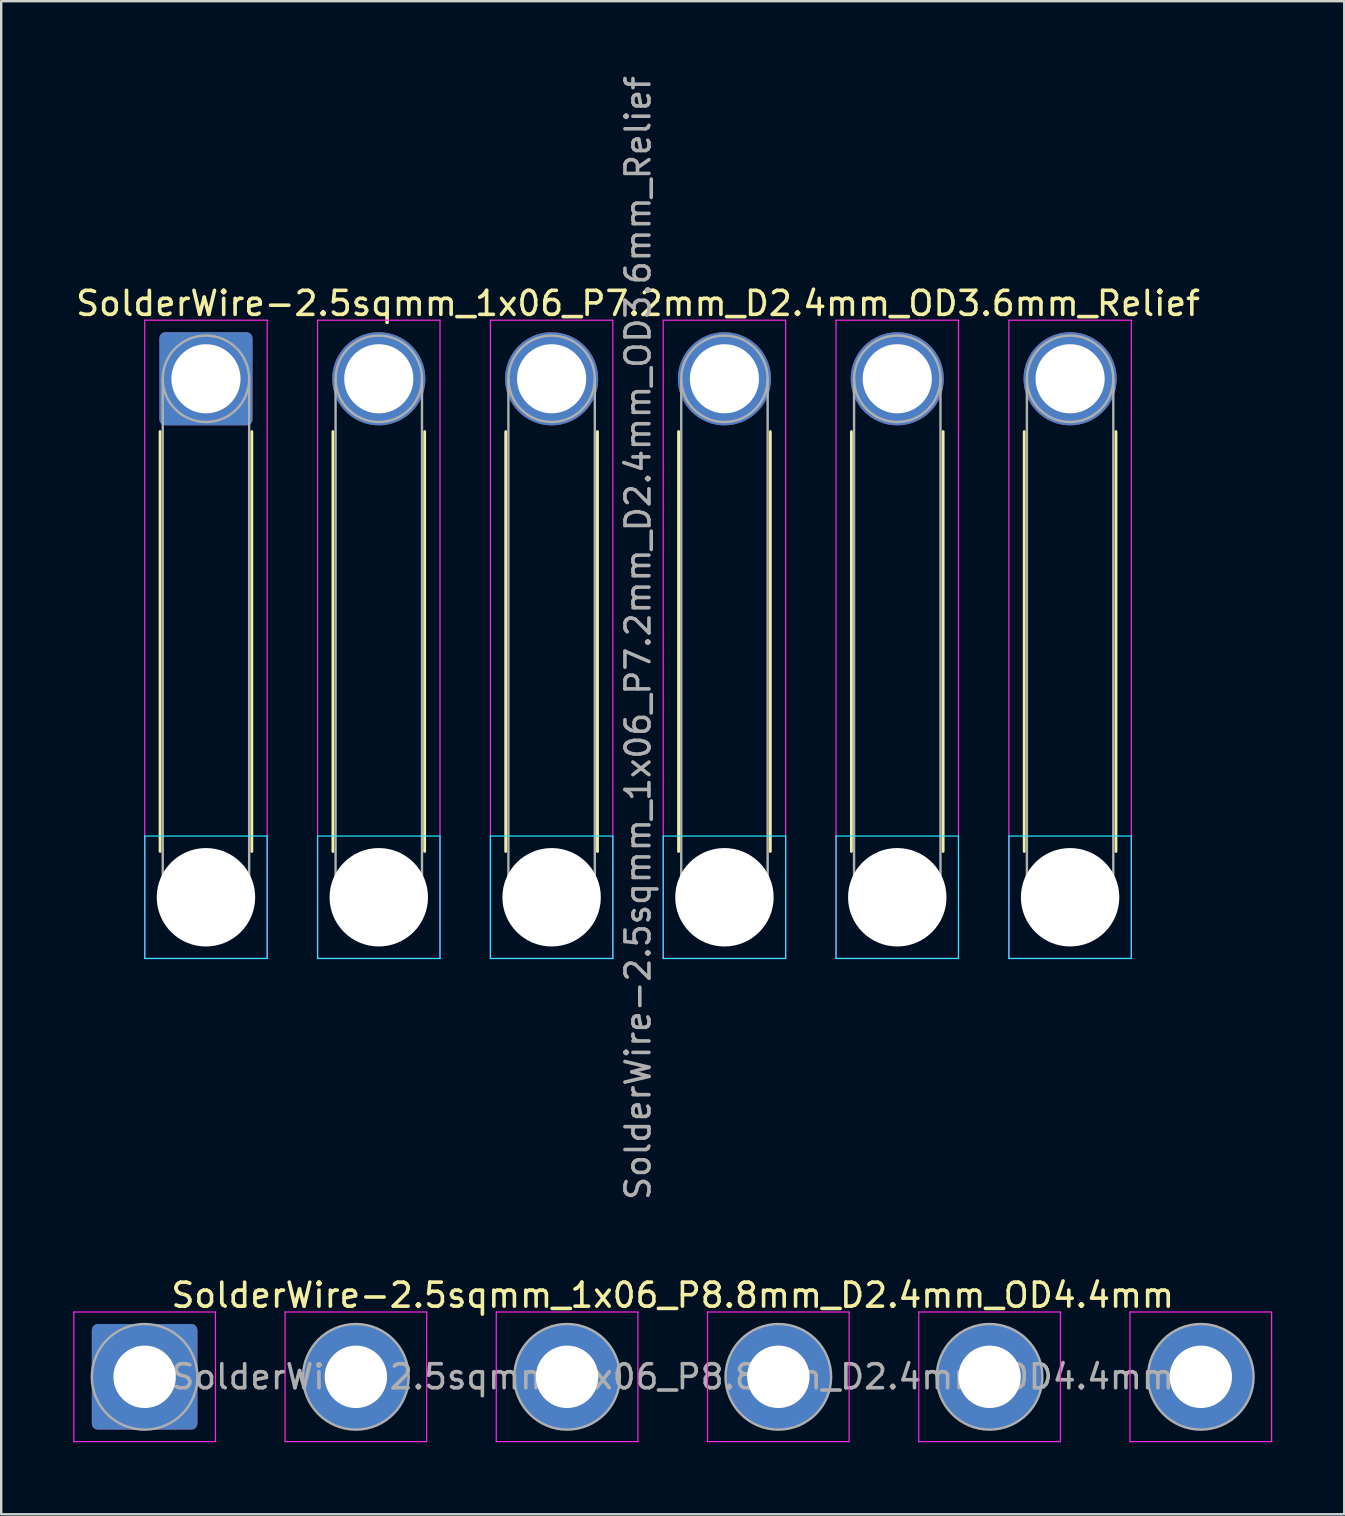
<source format=kicad_pcb>
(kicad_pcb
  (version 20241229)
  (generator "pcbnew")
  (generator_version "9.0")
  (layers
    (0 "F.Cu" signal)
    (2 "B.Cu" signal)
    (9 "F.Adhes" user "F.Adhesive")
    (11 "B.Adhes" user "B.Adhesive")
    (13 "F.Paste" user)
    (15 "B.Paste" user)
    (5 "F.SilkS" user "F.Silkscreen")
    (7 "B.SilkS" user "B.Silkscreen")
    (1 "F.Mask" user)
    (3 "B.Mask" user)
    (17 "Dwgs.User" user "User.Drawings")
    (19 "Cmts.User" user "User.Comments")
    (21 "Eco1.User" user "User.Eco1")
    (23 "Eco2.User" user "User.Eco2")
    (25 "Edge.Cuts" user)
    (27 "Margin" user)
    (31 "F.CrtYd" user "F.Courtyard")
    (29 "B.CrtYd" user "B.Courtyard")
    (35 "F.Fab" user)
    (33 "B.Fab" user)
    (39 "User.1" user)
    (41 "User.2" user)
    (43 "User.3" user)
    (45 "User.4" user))
  (footprint "SolderWire-2.5sqmm_1x06_P7.2mm_D2.4mm_OD3.6mm_Relief"
    (layer "F.Cu")
    (at 5.53 12.73)
    (property "Reference" "SolderWire-2.5sqmm_1x06_P7.2mm_D2.4mm_OD3.6mm_Relief" (at 18 -3.14 0) (layer "F.SilkS") (effects (font (size 1 1) (thickness 0.15))))
    (attr exclude_from_pos_files exclude_from_bom)
    (fp_line (start -1.91 2.2) (end -1.91 19.69) (stroke (width 0.12) (type solid)) (layer "F.SilkS"))
    (fp_line (start 1.91 2.2) (end 1.91 19.69) (stroke (width 0.12) (type solid)) (layer "F.SilkS"))
    (fp_line (start 5.29 2.2) (end 5.29 19.69) (stroke (width 0.12) (type solid)) (layer "F.SilkS"))
    (fp_line (start 9.11 2.2) (end 9.11 19.69) (stroke (width 0.12) (type solid)) (layer "F.SilkS"))
    (fp_line (start 12.49 2.2) (end 12.49 19.69) (stroke (width 0.12) (type solid)) (layer "F.SilkS"))
    (fp_line (start 16.31 2.2) (end 16.31 19.69) (stroke (width 0.12) (type solid)) (layer "F.SilkS"))
    (fp_line (start 19.69 2.2) (end 19.69 19.69) (stroke (width 0.12) (type solid)) (layer "F.SilkS"))
    (fp_line (start 23.51 2.2) (end 23.51 19.69) (stroke (width 0.12) (type solid)) (layer "F.SilkS"))
    (fp_line (start 26.89 2.2) (end 26.89 19.69) (stroke (width 0.12) (type solid)) (layer "F.SilkS"))
    (fp_line (start 30.71 2.2) (end 30.71 19.69) (stroke (width 0.12) (type solid)) (layer "F.SilkS"))
    (fp_line (start 34.09 2.2) (end 34.09 19.69) (stroke (width 0.12) (type solid)) (layer "F.SilkS"))
    (fp_line (start 37.91 2.2) (end 37.91 19.69) (stroke (width 0.12) (type solid)) (layer "F.SilkS"))
    (fp_line (start -2.55 19.05) (end -2.55 24.15) (stroke (width 0.05) (type solid)) (layer "B.CrtYd"))
    (fp_line (start -2.55 24.15) (end 2.55 24.15) (stroke (width 0.05) (type solid)) (layer "B.CrtYd"))
    (fp_line (start 2.55 19.05) (end -2.55 19.05) (stroke (width 0.05) (type solid)) (layer "B.CrtYd"))
    (fp_line (start 2.55 24.15) (end 2.55 19.05) (stroke (width 0.05) (type solid)) (layer "B.CrtYd"))
    (fp_line (start 4.65 19.05) (end 4.65 24.15) (stroke (width 0.05) (type solid)) (layer "B.CrtYd"))
    (fp_line (start 4.65 24.15) (end 9.75 24.15) (stroke (width 0.05) (type solid)) (layer "B.CrtYd"))
    (fp_line (start 9.75 19.05) (end 4.65 19.05) (stroke (width 0.05) (type solid)) (layer "B.CrtYd"))
    (fp_line (start 9.75 24.15) (end 9.75 19.05) (stroke (width 0.05) (type solid)) (layer "B.CrtYd"))
    (fp_line (start 11.85 19.05) (end 11.85 24.15) (stroke (width 0.05) (type solid)) (layer "B.CrtYd"))
    (fp_line (start 11.85 24.15) (end 16.95 24.15) (stroke (width 0.05) (type solid)) (layer "B.CrtYd"))
    (fp_line (start 16.95 19.05) (end 11.85 19.05) (stroke (width 0.05) (type solid)) (layer "B.CrtYd"))
    (fp_line (start 16.95 24.15) (end 16.95 19.05) (stroke (width 0.05) (type solid)) (layer "B.CrtYd"))
    (fp_line (start 19.05 19.05) (end 19.05 24.15) (stroke (width 0.05) (type solid)) (layer "B.CrtYd"))
    (fp_line (start 19.05 24.15) (end 24.15 24.15) (stroke (width 0.05) (type solid)) (layer "B.CrtYd"))
    (fp_line (start 24.15 19.05) (end 19.05 19.05) (stroke (width 0.05) (type solid)) (layer "B.CrtYd"))
    (fp_line (start 24.15 24.15) (end 24.15 19.05) (stroke (width 0.05) (type solid)) (layer "B.CrtYd"))
    (fp_line (start 26.25 19.05) (end 26.25 24.15) (stroke (width 0.05) (type solid)) (layer "B.CrtYd"))
    (fp_line (start 26.25 24.15) (end 31.35 24.15) (stroke (width 0.05) (type solid)) (layer "B.CrtYd"))
    (fp_line (start 31.35 19.05) (end 26.25 19.05) (stroke (width 0.05) (type solid)) (layer "B.CrtYd"))
    (fp_line (start 31.35 24.15) (end 31.35 19.05) (stroke (width 0.05) (type solid)) (layer "B.CrtYd"))
    (fp_line (start 33.45 19.05) (end 33.45 24.15) (stroke (width 0.05) (type solid)) (layer "B.CrtYd"))
    (fp_line (start 33.45 24.15) (end 38.55 24.15) (stroke (width 0.05) (type solid)) (layer "B.CrtYd"))
    (fp_line (start 38.55 19.05) (end 33.45 19.05) (stroke (width 0.05) (type solid)) (layer "B.CrtYd"))
    (fp_line (start 38.55 24.15) (end 38.55 19.05) (stroke (width 0.05) (type solid)) (layer "B.CrtYd"))
    (fp_line (start -2.55 -2.44) (end -2.55 24.15) (stroke (width 0.05) (type solid)) (layer "F.CrtYd"))
    (fp_line (start -2.55 24.15) (end 2.55 24.15) (stroke (width 0.05) (type solid)) (layer "F.CrtYd"))
    (fp_line (start 2.55 -2.44) (end -2.55 -2.44) (stroke (width 0.05) (type solid)) (layer "F.CrtYd"))
    (fp_line (start 2.55 24.15) (end 2.55 -2.44) (stroke (width 0.05) (type solid)) (layer "F.CrtYd"))
    (fp_line (start 4.65 -2.44) (end 4.65 24.15) (stroke (width 0.05) (type solid)) (layer "F.CrtYd"))
    (fp_line (start 4.65 24.15) (end 9.75 24.15) (stroke (width 0.05) (type solid)) (layer "F.CrtYd"))
    (fp_line (start 9.75 -2.44) (end 4.65 -2.44) (stroke (width 0.05) (type solid)) (layer "F.CrtYd"))
    (fp_line (start 9.75 24.15) (end 9.75 -2.44) (stroke (width 0.05) (type solid)) (layer "F.CrtYd"))
    (fp_line (start 11.85 -2.44) (end 11.85 24.15) (stroke (width 0.05) (type solid)) (layer "F.CrtYd"))
    (fp_line (start 11.85 24.15) (end 16.95 24.15) (stroke (width 0.05) (type solid)) (layer "F.CrtYd"))
    (fp_line (start 16.95 -2.44) (end 11.85 -2.44) (stroke (width 0.05) (type solid)) (layer "F.CrtYd"))
    (fp_line (start 16.95 24.15) (end 16.95 -2.44) (stroke (width 0.05) (type solid)) (layer "F.CrtYd"))
    (fp_line (start 19.05 -2.44) (end 19.05 24.15) (stroke (width 0.05) (type solid)) (layer "F.CrtYd"))
    (fp_line (start 19.05 24.15) (end 24.15 24.15) (stroke (width 0.05) (type solid)) (layer "F.CrtYd"))
    (fp_line (start 24.15 -2.44) (end 19.05 -2.44) (stroke (width 0.05) (type solid)) (layer "F.CrtYd"))
    (fp_line (start 24.15 24.15) (end 24.15 -2.44) (stroke (width 0.05) (type solid)) (layer "F.CrtYd"))
    (fp_line (start 26.25 -2.44) (end 26.25 24.15) (stroke (width 0.05) (type solid)) (layer "F.CrtYd"))
    (fp_line (start 26.25 24.15) (end 31.35 24.15) (stroke (width 0.05) (type solid)) (layer "F.CrtYd"))
    (fp_line (start 31.35 -2.44) (end 26.25 -2.44) (stroke (width 0.05) (type solid)) (layer "F.CrtYd"))
    (fp_line (start 31.35 24.15) (end 31.35 -2.44) (stroke (width 0.05) (type solid)) (layer "F.CrtYd"))
    (fp_line (start 33.45 -2.44) (end 33.45 24.15) (stroke (width 0.05) (type solid)) (layer "F.CrtYd"))
    (fp_line (start 33.45 24.15) (end 38.55 24.15) (stroke (width 0.05) (type solid)) (layer "F.CrtYd"))
    (fp_line (start 38.55 -2.44) (end 33.45 -2.44) (stroke (width 0.05) (type solid)) (layer "F.CrtYd"))
    (fp_line (start 38.55 24.15) (end 38.55 -2.44) (stroke (width 0.05) (type solid)) (layer "F.CrtYd"))
    (fp_line (start -1.8 0) (end -1.8 21.6) (stroke (width 0.1) (type solid)) (layer "F.Fab"))
    (fp_line (start 1.8 0) (end 1.8 21.6) (stroke (width 0.1) (type solid)) (layer "F.Fab"))
    (fp_line (start 5.4 0) (end 5.4 21.6) (stroke (width 0.1) (type solid)) (layer "F.Fab"))
    (fp_line (start 9 0) (end 9 21.6) (stroke (width 0.1) (type solid)) (layer "F.Fab"))
    (fp_line (start 12.6 0) (end 12.6 21.6) (stroke (width 0.1) (type solid)) (layer "F.Fab"))
    (fp_line (start 16.2 0) (end 16.2 21.6) (stroke (width 0.1) (type solid)) (layer "F.Fab"))
    (fp_line (start 19.8 0) (end 19.8 21.6) (stroke (width 0.1) (type solid)) (layer "F.Fab"))
    (fp_line (start 23.4 0) (end 23.4 21.6) (stroke (width 0.1) (type solid)) (layer "F.Fab"))
    (fp_line (start 27 0) (end 27 21.6) (stroke (width 0.1) (type solid)) (layer "F.Fab"))
    (fp_line (start 30.6 0) (end 30.6 21.6) (stroke (width 0.1) (type solid)) (layer "F.Fab"))
    (fp_line (start 34.2 0) (end 34.2 21.6) (stroke (width 0.1) (type solid)) (layer "F.Fab"))
    (fp_line (start 37.8 0) (end 37.8 21.6) (stroke (width 0.1) (type solid)) (layer "F.Fab"))
    (fp_circle (center 0 0) (end 1.8 0) (stroke (width 0.1) (type solid)) (fill no) (layer "F.Fab"))
    (fp_circle (center 0 21.6) (end 1.8 21.6) (stroke (width 0.1) (type solid)) (fill no) (layer "F.Fab"))
    (fp_circle (center 7.2 0) (end 9 0) (stroke (width 0.1) (type solid)) (fill no) (layer "F.Fab"))
    (fp_circle (center 7.2 21.6) (end 9 21.6) (stroke (width 0.1) (type solid)) (fill no) (layer "F.Fab"))
    (fp_circle (center 14.4 0) (end 16.2 0) (stroke (width 0.1) (type solid)) (fill no) (layer "F.Fab"))
    (fp_circle (center 14.4 21.6) (end 16.2 21.6) (stroke (width 0.1) (type solid)) (fill no) (layer "F.Fab"))
    (fp_circle (center 21.6 0) (end 23.4 0) (stroke (width 0.1) (type solid)) (fill no) (layer "F.Fab"))
    (fp_circle (center 21.6 21.6) (end 23.4 21.6) (stroke (width 0.1) (type solid)) (fill no) (layer "F.Fab"))
    (fp_circle (center 28.8 0) (end 30.6 0) (stroke (width 0.1) (type solid)) (fill no) (layer "F.Fab"))
    (fp_circle (center 28.8 21.6) (end 30.6 21.6) (stroke (width 0.1) (type solid)) (fill no) (layer "F.Fab"))
    (fp_circle (center 36 0) (end 37.8 0) (stroke (width 0.1) (type solid)) (fill no) (layer "F.Fab"))
    (fp_circle (center 36 21.6) (end 37.8 21.6) (stroke (width 0.1) (type solid)) (fill no) (layer "F.Fab"))
    (fp_text user "${REFERENCE}" (at 18 10.8 90) (layer "F.Fab") (effects (font (size 1 1) (thickness 0.15))))
    (pad "" np_thru_hole circle (at 0 21.6) (size 4.1 4.1) (drill 4.1) (layers "*.Cu" "*.Mask"))
    (pad "" np_thru_hole circle (at 7.2 21.6) (size 4.1 4.1) (drill 4.1) (layers "*.Cu" "*.Mask"))
    (pad "" np_thru_hole circle (at 14.4 21.6) (size 4.1 4.1) (drill 4.1) (layers "*.Cu" "*.Mask"))
    (pad "" np_thru_hole circle (at 21.6 21.6) (size 4.1 4.1) (drill 4.1) (layers "*.Cu" "*.Mask"))
    (pad "" np_thru_hole circle (at 28.8 21.6) (size 4.1 4.1) (drill 4.1) (layers "*.Cu" "*.Mask"))
    (pad "" np_thru_hole circle (at 36 21.6) (size 4.1 4.1) (drill 4.1) (layers "*.Cu" "*.Mask"))
    (pad "1" thru_hole roundrect (at 0 0) (size 3.88 3.88) (drill 2.88) (layers "*.Cu" "*.Mask") (roundrect_rratio 0.064))
    (pad "2" thru_hole circle (at 7.2 0) (size 3.88 3.88) (drill 2.88) (layers "*.Cu" "*.Mask"))
    (pad "3" thru_hole circle (at 14.4 0) (size 3.88 3.88) (drill 2.88) (layers "*.Cu" "*.Mask"))
    (pad "4" thru_hole circle (at 21.6 0) (size 3.88 3.88) (drill 2.88) (layers "*.Cu" "*.Mask"))
    (pad "5" thru_hole circle (at 28.8 0) (size 3.88 3.88) (drill 2.88) (layers "*.Cu" "*.Mask"))
    (pad "6" thru_hole circle (at 36 0) (size 3.88 3.88) (drill 2.88) (layers "*.Cu" "*.Mask")))
  (footprint "SolderWire-2.5sqmm_1x06_P8.8mm_D2.4mm_OD4.4mm"
    (layer "F.Cu")
    (at 2.975 54.308)
    (property "Reference" "SolderWire-2.5sqmm_1x06_P8.8mm_D2.4mm_OD4.4mm" (at 22 -3.4 0) (layer "F.SilkS") (effects (font (size 1 1) (thickness 0.15))))
    (attr exclude_from_pos_files exclude_from_bom)
    (fp_line (start -2.95 -2.7) (end -2.95 2.7) (stroke (width 0.05) (type solid)) (layer "F.CrtYd"))
    (fp_line (start -2.95 2.7) (end 2.95 2.7) (stroke (width 0.05) (type solid)) (layer "F.CrtYd"))
    (fp_line (start 2.95 -2.7) (end -2.95 -2.7) (stroke (width 0.05) (type solid)) (layer "F.CrtYd"))
    (fp_line (start 2.95 2.7) (end 2.95 -2.7) (stroke (width 0.05) (type solid)) (layer "F.CrtYd"))
    (fp_line (start 5.85 -2.7) (end 5.85 2.7) (stroke (width 0.05) (type solid)) (layer "F.CrtYd"))
    (fp_line (start 5.85 2.7) (end 11.75 2.7) (stroke (width 0.05) (type solid)) (layer "F.CrtYd"))
    (fp_line (start 11.75 -2.7) (end 5.85 -2.7) (stroke (width 0.05) (type solid)) (layer "F.CrtYd"))
    (fp_line (start 11.75 2.7) (end 11.75 -2.7) (stroke (width 0.05) (type solid)) (layer "F.CrtYd"))
    (fp_line (start 14.65 -2.7) (end 14.65 2.7) (stroke (width 0.05) (type solid)) (layer "F.CrtYd"))
    (fp_line (start 14.65 2.7) (end 20.55 2.7) (stroke (width 0.05) (type solid)) (layer "F.CrtYd"))
    (fp_line (start 20.55 -2.7) (end 14.65 -2.7) (stroke (width 0.05) (type solid)) (layer "F.CrtYd"))
    (fp_line (start 20.55 2.7) (end 20.55 -2.7) (stroke (width 0.05) (type solid)) (layer "F.CrtYd"))
    (fp_line (start 23.45 -2.7) (end 23.45 2.7) (stroke (width 0.05) (type solid)) (layer "F.CrtYd"))
    (fp_line (start 23.45 2.7) (end 29.35 2.7) (stroke (width 0.05) (type solid)) (layer "F.CrtYd"))
    (fp_line (start 29.35 -2.7) (end 23.45 -2.7) (stroke (width 0.05) (type solid)) (layer "F.CrtYd"))
    (fp_line (start 29.35 2.7) (end 29.35 -2.7) (stroke (width 0.05) (type solid)) (layer "F.CrtYd"))
    (fp_line (start 32.25 -2.7) (end 32.25 2.7) (stroke (width 0.05) (type solid)) (layer "F.CrtYd"))
    (fp_line (start 32.25 2.7) (end 38.15 2.7) (stroke (width 0.05) (type solid)) (layer "F.CrtYd"))
    (fp_line (start 38.15 -2.7) (end 32.25 -2.7) (stroke (width 0.05) (type solid)) (layer "F.CrtYd"))
    (fp_line (start 38.15 2.7) (end 38.15 -2.7) (stroke (width 0.05) (type solid)) (layer "F.CrtYd"))
    (fp_line (start 41.05 -2.7) (end 41.05 2.7) (stroke (width 0.05) (type solid)) (layer "F.CrtYd"))
    (fp_line (start 41.05 2.7) (end 46.95 2.7) (stroke (width 0.05) (type solid)) (layer "F.CrtYd"))
    (fp_line (start 46.95 -2.7) (end 41.05 -2.7) (stroke (width 0.05) (type solid)) (layer "F.CrtYd"))
    (fp_line (start 46.95 2.7) (end 46.95 -2.7) (stroke (width 0.05) (type solid)) (layer "F.CrtYd"))
    (fp_circle (center 0 0) (end 2.2 0) (stroke (width 0.1) (type solid)) (fill no) (layer "F.Fab"))
    (fp_circle (center 8.8 0) (end 11 0) (stroke (width 0.1) (type solid)) (fill no) (layer "F.Fab"))
    (fp_circle (center 17.6 0) (end 19.8 0) (stroke (width 0.1) (type solid)) (fill no) (layer "F.Fab"))
    (fp_circle (center 26.4 0) (end 28.6 0) (stroke (width 0.1) (type solid)) (fill no) (layer "F.Fab"))
    (fp_circle (center 35.2 0) (end 37.4 0) (stroke (width 0.1) (type solid)) (fill no) (layer "F.Fab"))
    (fp_circle (center 44 0) (end 46.2 0) (stroke (width 0.1) (type solid)) (fill no) (layer "F.Fab"))
    (fp_text user "${REFERENCE}" (at 22 0 0) (layer "F.Fab") (effects (font (size 1 1) (thickness 0.15))))
    (pad "1" thru_hole roundrect (at 0 0) (size 4.4 4.4) (drill 2.6) (layers "*.Cu" "*.Mask") (roundrect_rratio 0.057))
    (pad "2" thru_hole circle (at 8.8 0) (size 4.4 4.4) (drill 2.6) (layers "*.Cu" "*.Mask"))
    (pad "3" thru_hole circle (at 17.6 0) (size 4.4 4.4) (drill 2.6) (layers "*.Cu" "*.Mask"))
    (pad "4" thru_hole circle (at 26.4 0) (size 4.4 4.4) (drill 2.6) (layers "*.Cu" "*.Mask"))
    (pad "5" thru_hole circle (at 35.2 0) (size 4.4 4.4) (drill 2.6) (layers "*.Cu" "*.Mask"))
    (pad "6" thru_hole circle (at 44 0) (size 4.4 4.4) (drill 2.6) (layers "*.Cu" "*.Mask")))
  (gr_rect
    (start -3 -3)
    (end 52.95 60.033)
    (stroke (width 0.1) (type default))
    (fill no)
    (layer "Edge.Cuts")))
</source>
